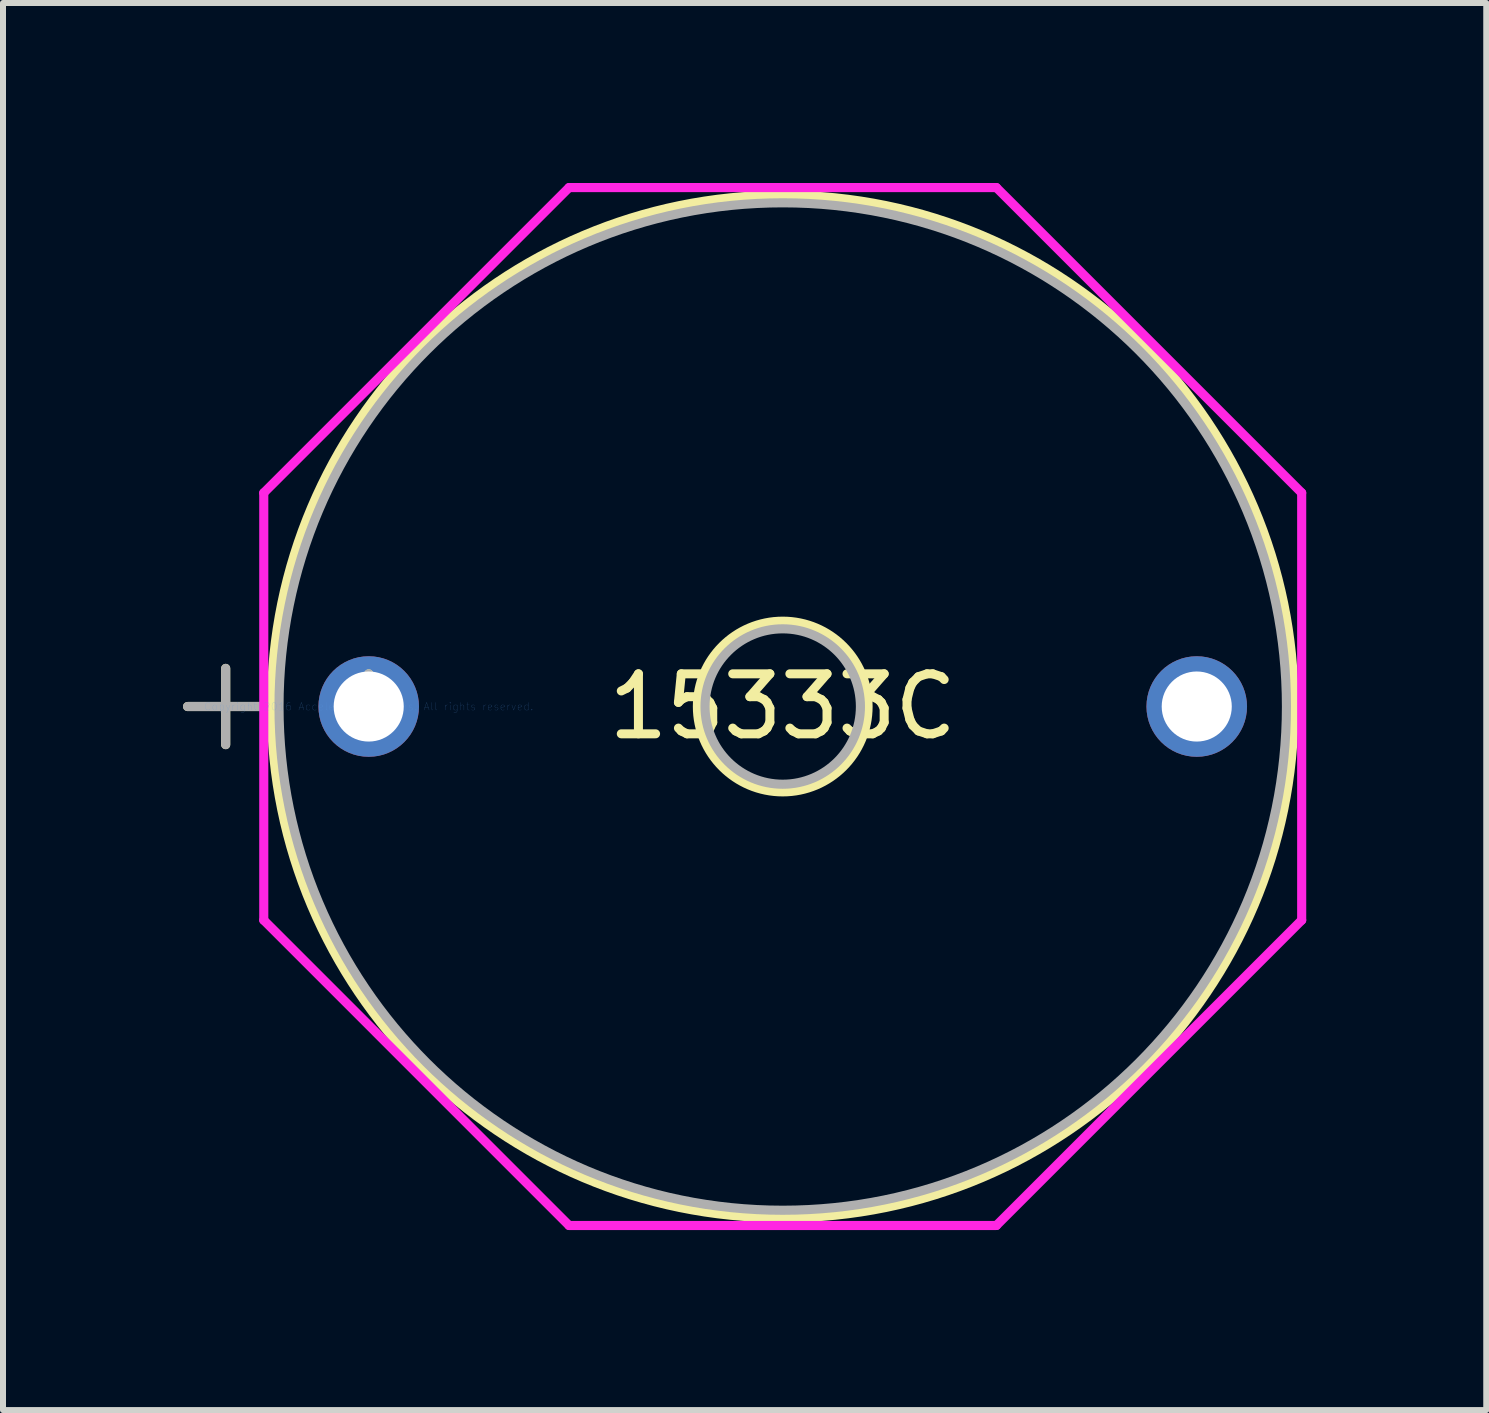
<source format=kicad_pcb>
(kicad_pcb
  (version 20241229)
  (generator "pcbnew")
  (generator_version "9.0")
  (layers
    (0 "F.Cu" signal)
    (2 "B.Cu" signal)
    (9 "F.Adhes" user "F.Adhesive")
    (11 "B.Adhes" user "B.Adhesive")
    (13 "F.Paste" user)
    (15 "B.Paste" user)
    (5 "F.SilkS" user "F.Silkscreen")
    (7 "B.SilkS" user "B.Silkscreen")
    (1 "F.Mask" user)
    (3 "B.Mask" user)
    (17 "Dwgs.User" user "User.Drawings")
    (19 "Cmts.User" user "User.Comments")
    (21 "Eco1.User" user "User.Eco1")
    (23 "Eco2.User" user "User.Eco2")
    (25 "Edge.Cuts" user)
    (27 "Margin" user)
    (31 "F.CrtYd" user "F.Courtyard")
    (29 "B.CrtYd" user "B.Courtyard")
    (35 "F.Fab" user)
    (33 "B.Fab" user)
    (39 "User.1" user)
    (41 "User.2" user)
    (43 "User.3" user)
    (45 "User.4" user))
  (footprint "15333C"
    (layer "F.Cu")
    (at 3.095 8.725)
    (property "Reference" "15333C" (at 6.9 0 0) (layer "F.SilkS") (effects (font (size 1 1) (thickness 0.15))))
    (attr through_hole)
    (fp_line (start -3.019 0) (end -1.749 0) (stroke (width 0.152) (type solid)) (layer "F.SilkS"))
    (fp_line (start -2.384 -0.635) (end -2.384 0.635) (stroke (width 0.152) (type solid)) (layer "F.SilkS"))
    (fp_circle (center 6.9 0) (end 8.322 0) (stroke (width 0.152) (type solid)) (fill no) (layer "F.SilkS"))
    (fp_circle (center 6.9 0) (end 15.422 0) (stroke (width 0.152) (type solid)) (fill no) (layer "F.SilkS"))
    (fp_line (start -1.749 -3.561) (end 3.339 -8.649) (stroke (width 0.152) (type solid)) (layer "F.CrtYd"))
    (fp_line (start -1.749 3.561) (end -1.749 -3.561) (stroke (width 0.152) (type solid)) (layer "F.CrtYd"))
    (fp_line (start 3.339 -8.649) (end 10.461 -8.649) (stroke (width 0.152) (type solid)) (layer "F.CrtYd"))
    (fp_line (start 3.339 8.649) (end -1.749 3.561) (stroke (width 0.152) (type solid)) (layer "F.CrtYd"))
    (fp_line (start 10.461 -8.649) (end 15.549 -3.561) (stroke (width 0.152) (type solid)) (layer "F.CrtYd"))
    (fp_line (start 10.461 8.649) (end 3.339 8.649) (stroke (width 0.152) (type solid)) (layer "F.CrtYd"))
    (fp_line (start 15.549 -3.561) (end 15.549 3.561) (stroke (width 0.152) (type solid)) (layer "F.CrtYd"))
    (fp_line (start 15.549 3.561) (end 10.461 8.649) (stroke (width 0.152) (type solid)) (layer "F.CrtYd"))
    (fp_line (start -3.019 0) (end -1.749 0) (stroke (width 0.152) (type solid)) (layer "F.Fab"))
    (fp_line (start -2.384 -0.635) (end -2.384 0.635) (stroke (width 0.152) (type solid)) (layer "F.Fab"))
    (fp_circle (center 6.9 0) (end 8.195 0) (stroke (width 0.152) (type solid)) (fill no) (layer "F.Fab"))
    (fp_circle (center 6.9 0) (end 15.295 0) (stroke (width 0.152) (type solid)) (fill no) (layer "F.Fab"))
    (fp_text user "*" (at 0 0 0) (layer "F.SilkS") (effects (font (size 1 1) (thickness 0.15))))
    (fp_text user "Copyright 2016 Accelerated Designs. All rights reserved." (at 0 0 0) (layer "Cmts.User") (effects (font (size 0.127 0.127) (thickness 0.002))))
    (fp_text user "*" (at 0 0 0) (layer "F.Fab") (effects (font (size 1 1) (thickness 0.15))))
    (pad "1" thru_hole circle (at 0.000001 0) (size 1.676 1.676) (drill 1.168) (layers "*.Cu" "*.Mask"))
    (pad "2" thru_hole circle (at 13.8 0) (size 1.676 1.676) (drill 1.168) (layers "*.Cu" "*.Mask")))
  (gr_rect
    (start -3 -3)
    (end 21.72 20.45)
    (stroke (width 0.1) (type default))
    (fill no)
    (layer "Edge.Cuts")))
</source>
